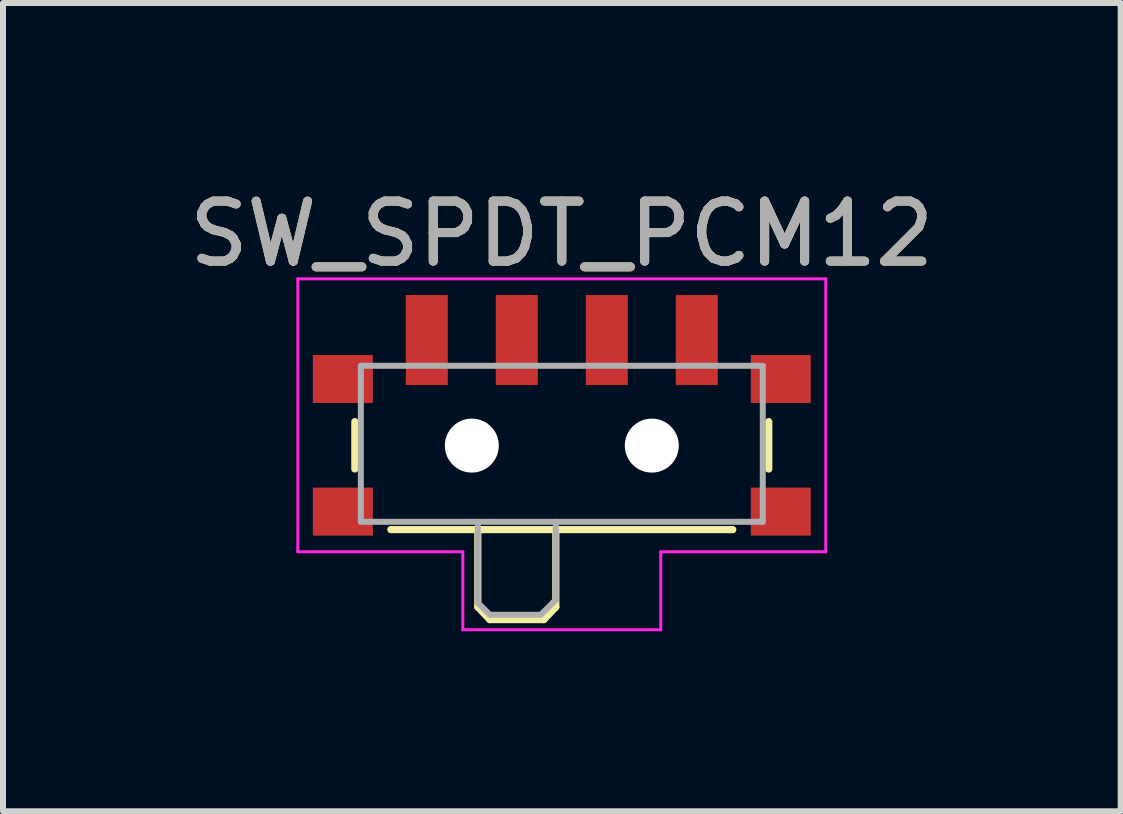
<source format=kicad_pcb>
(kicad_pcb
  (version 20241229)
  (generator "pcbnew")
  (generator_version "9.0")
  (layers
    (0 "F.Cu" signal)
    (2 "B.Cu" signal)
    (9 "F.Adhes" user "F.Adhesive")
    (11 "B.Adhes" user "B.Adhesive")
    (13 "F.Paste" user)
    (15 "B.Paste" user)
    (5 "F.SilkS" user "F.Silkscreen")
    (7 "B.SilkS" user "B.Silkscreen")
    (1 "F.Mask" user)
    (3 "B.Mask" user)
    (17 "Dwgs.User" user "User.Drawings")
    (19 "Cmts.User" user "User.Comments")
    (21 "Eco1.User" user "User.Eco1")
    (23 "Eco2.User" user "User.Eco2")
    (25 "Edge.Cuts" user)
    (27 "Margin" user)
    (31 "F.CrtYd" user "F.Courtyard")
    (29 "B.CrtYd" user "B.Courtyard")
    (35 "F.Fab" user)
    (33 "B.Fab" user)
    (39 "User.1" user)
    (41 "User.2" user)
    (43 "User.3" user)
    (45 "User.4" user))
  (footprint "SW_SPDT_PCM12"
    (layer "F.Cu")
    (at 6.315 4.048)
    (property "Reference" "SW_SPDT_PCM12" (at 0 -3.2 0) (layer "F.SilkS") (effects (font (size 1 1) (thickness 0.15))))
    (attr smd)
    (fp_line (start -3.45 -0.07) (end -3.45 0.72) (stroke (width 0.12) (type solid)) (layer "F.SilkS"))
    (fp_line (start -2.85 1.73) (end 2.85 1.73) (stroke (width 0.12) (type solid)) (layer "F.SilkS"))
    (fp_line (start -1.4 1.73) (end -1.4 3.02) (stroke (width 0.12) (type solid)) (layer "F.SilkS"))
    (fp_line (start -1.4 3.02) (end -1.2 3.23) (stroke (width 0.12) (type solid)) (layer "F.SilkS"))
    (fp_line (start -1.2 3.23) (end -0.3 3.23) (stroke (width 0.12) (type solid)) (layer "F.SilkS"))
    (fp_line (start -0.1 3.02) (end -0.3 3.23) (stroke (width 0.12) (type solid)) (layer "F.SilkS"))
    (fp_line (start -0.1 3.02) (end -0.1 1.73) (stroke (width 0.12) (type solid)) (layer "F.SilkS"))
    (fp_line (start 3.45 0.72) (end 3.45 -0.07) (stroke (width 0.12) (type solid)) (layer "F.SilkS"))
    (fp_line (start -4.4 -2.45) (end 4.4 -2.45) (stroke (width 0.05) (type solid)) (layer "F.CrtYd"))
    (fp_line (start -4.4 2.1) (end -4.4 -2.45) (stroke (width 0.05) (type solid)) (layer "F.CrtYd"))
    (fp_line (start -1.65 2.1) (end -4.4 2.1) (stroke (width 0.05) (type solid)) (layer "F.CrtYd"))
    (fp_line (start -1.65 3.4) (end -1.65 2.1) (stroke (width 0.05) (type solid)) (layer "F.CrtYd"))
    (fp_line (start 1.65 2.1) (end 1.65 3.4) (stroke (width 0.05) (type solid)) (layer "F.CrtYd"))
    (fp_line (start 1.65 3.4) (end -1.65 3.4) (stroke (width 0.05) (type solid)) (layer "F.CrtYd"))
    (fp_line (start 4.4 -2.45) (end 4.4 2.1) (stroke (width 0.05) (type solid)) (layer "F.CrtYd"))
    (fp_line (start 4.4 2.1) (end 1.65 2.1) (stroke (width 0.05) (type solid)) (layer "F.CrtYd"))
    (fp_line (start -3.35 -1) (end -3.35 1.6) (stroke (width 0.1) (type solid)) (layer "F.Fab"))
    (fp_line (start -3.35 1.6) (end 3.35 1.6) (stroke (width 0.1) (type solid)) (layer "F.Fab"))
    (fp_line (start -1.4 1.65) (end -1.4 2.95) (stroke (width 0.1) (type solid)) (layer "F.Fab"))
    (fp_line (start -1.4 2.95) (end -1.2 3.15) (stroke (width 0.1) (type solid)) (layer "F.Fab"))
    (fp_line (start -1.2 3.15) (end -0.35 3.15) (stroke (width 0.1) (type solid)) (layer "F.Fab"))
    (fp_line (start -0.35 3.15) (end -0.15 2.95) (stroke (width 0.1) (type solid)) (layer "F.Fab"))
    (fp_line (start -0.15 2.95) (end -0.1 2.9) (stroke (width 0.1) (type solid)) (layer "F.Fab"))
    (fp_line (start -0.1 2.9) (end -0.1 1.6) (stroke (width 0.1) (type solid)) (layer "F.Fab"))
    (fp_line (start 3.35 -1) (end -3.35 -1) (stroke (width 0.1) (type solid)) (layer "F.Fab"))
    (fp_line (start 3.35 1.6) (end 3.35 -1) (stroke (width 0.1) (type solid)) (layer "F.Fab"))
    (fp_text user "${REFERENCE}" (at 0 -3.2 0) (layer "F.Fab") (effects (font (size 1 1) (thickness 0.15))))
    (pad "" smd rect (at -3.65 -0.78) (size 1 0.8) (layers "F.Cu" "F.Mask" "F.Paste"))
    (pad "" smd rect (at -3.65 1.43) (size 1 0.8) (layers "F.Cu" "F.Mask" "F.Paste"))
    (pad "" np_thru_hole circle (at -1.5 0.33) (size 0.9 0.9) (drill 0.9) (layers "*.Cu" "*.Mask"))
    (pad "" np_thru_hole circle (at 1.5 0.33) (size 0.9 0.9) (drill 0.9) (layers "*.Cu" "*.Mask"))
    (pad "" smd rect (at 3.65 -0.78) (size 1 0.8) (layers "F.Cu" "F.Mask" "F.Paste"))
    (pad "" smd rect (at 3.65 1.43) (size 1 0.8) (layers "F.Cu" "F.Mask" "F.Paste"))
    (pad "1" smd rect (at -2.25 -1.43) (size 0.7 1.5) (layers "F.Cu" "F.Mask" "F.Paste"))
    (pad "2" smd rect (at 0.75 -1.43) (size 0.7 1.5) (layers "F.Cu" "F.Mask" "F.Paste"))
    (pad "3" smd rect (at 2.25 -1.43) (size 0.7 1.5) (layers "F.Cu" "F.Mask" "F.Paste"))
    (pad "4" smd rect (at -0.75 -1.43) (size 0.7 1.5) (layers "F.Cu" "F.Mask" "F.Paste")))
  (gr_rect
    (start -3 -3)
    (end 15.631 10.473)
    (stroke (width 0.1) (type default))
    (fill no)
    (layer "Edge.Cuts")))
</source>
